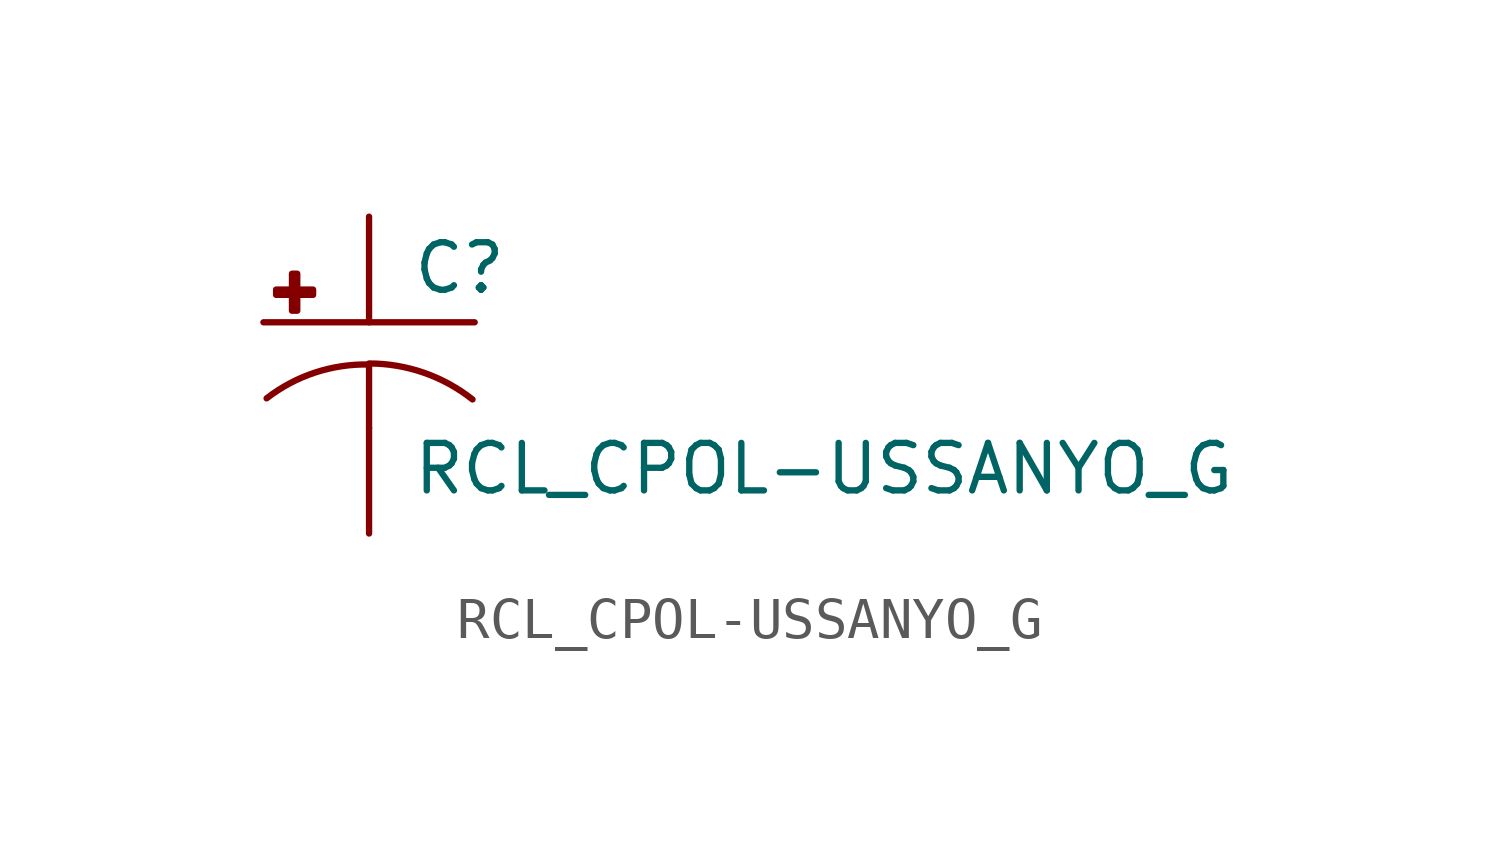
<source format=kicad_sym>
(kicad_symbol_lib
  (version 20210619)
  (generator kicad_symbol_editor)
  (symbol "RCL_CPOL-USSANYO_G"
    (pin_numbers hide)
    (pin_names
      (offset 1.016) hide)
    (property "Reference" "C"
      (at 1.016 0.635 0)
      (effects (font (size 1.143 1.143)) (justify left bottom)))
    (property "Value" "RCL_CPOL-USSANYO_G"
      (at 1.016 -4.191 0)
      (effects (font (size 1.143 1.143)) (justify left bottom)))
    (property "ki_locked" ""
      (at 0 0 0)
      (effects (font (size 1.27 1.27))))
    (symbol "RCL_CPOL-USSANYO_G_1_0"
      (polyline (pts (xy -2.54 0) (xy 2.54 0)) (stroke (width 0)) (fill (type none)))
      (polyline (pts (xy 0 -1.016) (xy 0 -2.54)) (stroke (width 0)) (fill (type none)))
      (polyline (pts (xy 0 -1.016) (xy 0 -1.016)) (stroke (width 0)) (fill (type none))))
    (symbol "RCL_CPOL-USSANYO_G_1_1"
      (arc (start 0 -1.016) (end -2.4638 -1.8288) (radius (at 0 -5.0546) (length 4.0386) (angles 90.1 127.3)) (stroke (width 0)) (fill (type none)))
      (arc (start 2.4892 -1.8542) (end 0 -0.9906) (radius (at 0 -5.0292) (length 4.0386) (angles 52.3 89.9)) (stroke (width 0)) (fill (type none)))
      (rectangle (start -2.235 0.66) (end -1.346 0.787) (stroke (width 0)) (fill (type outline)))
      (rectangle (start -1.854 0.279) (end -1.727 1.168) (stroke (width 0)) (fill (type outline)))
      (pin passive line (at 0 2.54 270) (length 2.54) (name "+" (effects (font (size 1.016 1.016)))) (number "+" (effects (font (size 1.016 1.016)))))
      (pin passive line (at 0 -5.08 90) (length 2.54) (name "-" (effects (font (size 1.016 1.016)))) (number "-" (effects (font (size 1.016 1.016))))))))
</source>
